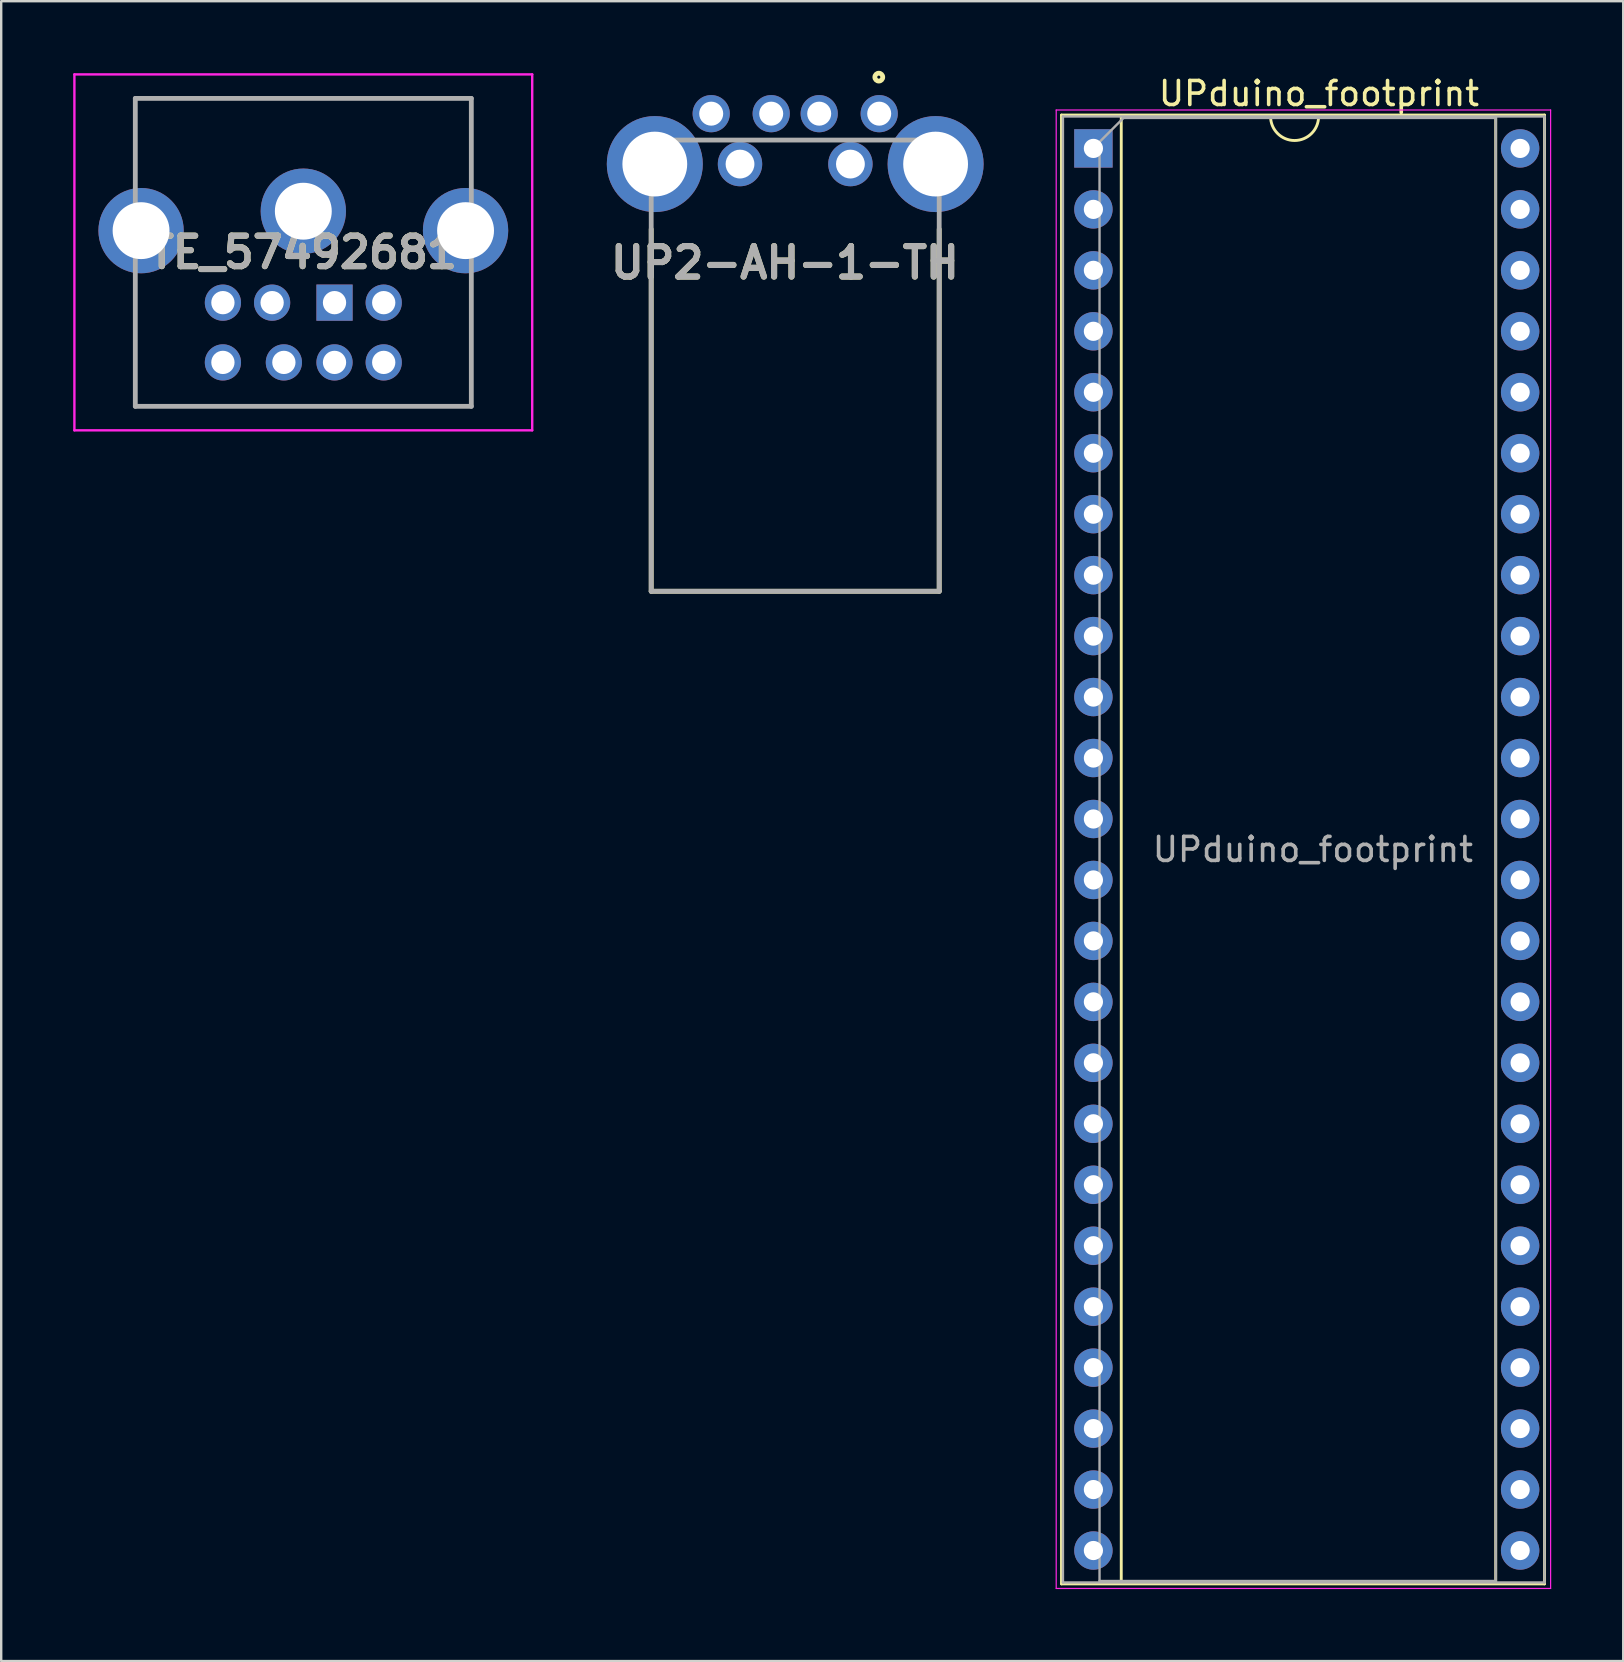
<source format=kicad_pcb>
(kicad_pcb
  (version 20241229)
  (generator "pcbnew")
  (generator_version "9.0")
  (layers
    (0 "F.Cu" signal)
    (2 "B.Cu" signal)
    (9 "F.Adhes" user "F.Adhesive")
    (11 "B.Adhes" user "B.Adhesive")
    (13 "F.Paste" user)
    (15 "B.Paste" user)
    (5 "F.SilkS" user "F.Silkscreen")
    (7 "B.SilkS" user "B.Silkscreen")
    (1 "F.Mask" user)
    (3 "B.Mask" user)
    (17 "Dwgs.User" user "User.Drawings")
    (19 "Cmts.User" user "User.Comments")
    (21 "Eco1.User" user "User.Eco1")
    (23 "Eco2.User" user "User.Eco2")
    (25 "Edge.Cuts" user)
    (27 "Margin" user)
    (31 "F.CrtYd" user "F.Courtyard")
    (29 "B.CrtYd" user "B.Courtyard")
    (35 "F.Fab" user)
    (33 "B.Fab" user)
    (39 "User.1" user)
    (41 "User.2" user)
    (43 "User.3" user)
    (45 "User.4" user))
  (footprint "UP2-AH-1-TH"
    (layer "F.Cu")
    (at 30.083 21.586)
    (property "Reference" "UP2-AH-1-TH" (at -0.427 -13.687 0) (layer "F.SilkS") (effects (font (size 1.27 1.27) (thickness 0.254))))
    (attr through_hole)
    (fp_line (start -6 0) (end -6 -15.086) (stroke (width 0.2) (type solid)) (layer "F.SilkS"))
    (fp_line (start -6 0) (end 6 0) (stroke (width 0.2) (type solid)) (layer "F.SilkS"))
    (fp_line (start 6 0) (end 6 -15.086) (stroke (width 0.2) (type solid)) (layer "F.SilkS"))
    (fp_circle (center 3.483 -21.422) (end 3.483 -21.358) (stroke (width 0.2) (type solid)) (fill no) (layer "F.SilkS"))
    (fp_line (start -6 -18.8) (end 6 -18.8) (stroke (width 0.2) (type solid)) (layer "F.Fab"))
    (fp_line (start -6 0) (end -6 -18.8) (stroke (width 0.2) (type solid)) (layer "F.Fab"))
    (fp_line (start 6 -18.8) (end 6 0) (stroke (width 0.2) (type solid)) (layer "F.Fab"))
    (fp_line (start 6 0) (end -6 0) (stroke (width 0.2) (type solid)) (layer "F.Fab"))
    (fp_text user "${REFERENCE}" (at -0.427 -13.687 0) (layer "F.Fab") (effects (font (size 1.27 1.27) (thickness 0.254))))
    (pad "1" thru_hole circle (at 3.5 -19.9) (size 1.55 1.55) (drill 1) (layers "*.Cu" "*.Mask"))
    (pad "2" thru_hole circle (at 1 -19.9) (size 1.55 1.55) (drill 1) (layers "*.Cu" "*.Mask"))
    (pad "3" thru_hole circle (at -1 -19.9) (size 1.55 1.55) (drill 1) (layers "*.Cu" "*.Mask"))
    (pad "4" thru_hole circle (at -3.5 -19.9) (size 1.55 1.55) (drill 1) (layers "*.Cu" "*.Mask"))
    (pad "5" thru_hole circle (at -2.3 -17.8) (size 1.85 1.85) (drill 1.2) (layers "*.Cu" "*.Mask"))
    (pad "6" thru_hole circle (at 2.3 -17.8) (size 1.85 1.85) (drill 1.2) (layers "*.Cu" "*.Mask"))
    (pad "7" thru_hole circle (at 5.85 -17.8) (size 4 4) (drill 2.7) (layers "*.Cu" "*.Mask"))
    (pad "8" thru_hole circle (at -5.85 -17.8) (size 4 4) (drill 2.7) (layers "*.Cu" "*.Mask")))
  (footprint "UPduino_footprint"
    (layer "F.Cu")
    (at 42.508 3.134)
    (property "Reference" "UPduino_footprint" (at 9.398 -2.286 0) (layer "F.SilkS") (effects (font (size 1 1) (thickness 0.15))))
    (attr through_hole)
    (fp_line (start -1.33 -1.39) (end -1.33 59.81) (stroke (width 0.12) (type solid)) (layer "F.SilkS"))
    (fp_line (start -1.33 59.81) (end 18.796 59.81) (stroke (width 0.12) (type solid)) (layer "F.SilkS"))
    (fp_line (start 1.16 -1.33) (end 1.16 59.75) (stroke (width 0.12) (type solid)) (layer "F.SilkS"))
    (fp_line (start 1.16 59.75) (end 14.08 59.75) (stroke (width 0.12) (type solid)) (layer "F.SilkS"))
    (fp_line (start 7.382 -1.33) (end 1.922 -1.33) (stroke (width 0.12) (type solid)) (layer "F.SilkS"))
    (fp_line (start 14.842 -1.33) (end 9.382 -1.33) (stroke (width 0.12) (type solid)) (layer "F.SilkS"))
    (fp_line (start 16.764 59.75) (end 16.764 -1.33) (stroke (width 0.12) (type solid)) (layer "F.SilkS"))
    (fp_line (start 18.796 -1.39) (end -1.33 -1.39) (stroke (width 0.12) (type solid)) (layer "F.SilkS"))
    (fp_line (start 18.796 59.81) (end 18.796 -1.39) (stroke (width 0.12) (type solid)) (layer "F.SilkS"))
    (fp_arc (start 9.382 -1.33) (mid 8.382 -0.33) (end 7.382 -1.33) (stroke (width 0.12) (type solid)) (layer "F.SilkS"))
    (fp_line (start -1.55 -1.6) (end -1.55 60) (stroke (width 0.05) (type solid)) (layer "F.CrtYd"))
    (fp_line (start -1.55 60) (end 19.05 60) (stroke (width 0.05) (type solid)) (layer "F.CrtYd"))
    (fp_line (start 19.05 -1.6) (end -1.55 -1.6) (stroke (width 0.05) (type solid)) (layer "F.CrtYd"))
    (fp_line (start 19.05 60) (end 19.05 -1.6) (stroke (width 0.05) (type solid)) (layer "F.CrtYd"))
    (fp_line (start -1.27 -1.33) (end -1.27 59.75) (stroke (width 0.1) (type solid)) (layer "F.Fab"))
    (fp_line (start -1.27 59.75) (end 18.796 59.75) (stroke (width 0.1) (type solid)) (layer "F.Fab"))
    (fp_line (start 0.255 -0.27) (end 1.255 -1.27) (stroke (width 0.1) (type solid)) (layer "F.Fab"))
    (fp_line (start 0.255 59.69) (end 0.255 -0.27) (stroke (width 0.1) (type solid)) (layer "F.Fab"))
    (fp_line (start 1.255 -1.27) (end 16.764 -1.27) (stroke (width 0.1) (type solid)) (layer "F.Fab"))
    (fp_line (start 16.764 -1.27) (end 16.764 59.69) (stroke (width 0.1) (type solid)) (layer "F.Fab"))
    (fp_line (start 16.764 59.69) (end 0.255 59.69) (stroke (width 0.1) (type solid)) (layer "F.Fab"))
    (fp_line (start 18.796 -1.33) (end -1.27 -1.33) (stroke (width 0.1) (type solid)) (layer "F.Fab"))
    (fp_line (start 18.796 59.75) (end 18.796 -1.33) (stroke (width 0.1) (type solid)) (layer "F.Fab"))
    (fp_text user "${REFERENCE}" (at 9.144 29.21 0) (layer "F.Fab") (effects (font (size 1 1) (thickness 0.15))))
    (pad "1" thru_hole rect (at 0 0) (size 1.6 1.6) (drill 0.8) (layers "*.Cu" "*.Mask"))
    (pad "2" thru_hole oval (at 0 2.54) (size 1.6 1.6) (drill 0.8) (layers "*.Cu" "*.Mask"))
    (pad "3" thru_hole oval (at 0 5.08) (size 1.6 1.6) (drill 0.8) (layers "*.Cu" "*.Mask"))
    (pad "4" thru_hole oval (at 0 7.62) (size 1.6 1.6) (drill 0.8) (layers "*.Cu" "*.Mask"))
    (pad "5" thru_hole oval (at 0 10.16) (size 1.6 1.6) (drill 0.8) (layers "*.Cu" "*.Mask"))
    (pad "6" thru_hole oval (at 0 12.7) (size 1.6 1.6) (drill 0.8) (layers "*.Cu" "*.Mask"))
    (pad "7" thru_hole oval (at 0 15.24) (size 1.6 1.6) (drill 0.8) (layers "*.Cu" "*.Mask"))
    (pad "8" thru_hole oval (at 0 17.78) (size 1.6 1.6) (drill 0.8) (layers "*.Cu" "*.Mask"))
    (pad "9" thru_hole oval (at 0 20.32) (size 1.6 1.6) (drill 0.8) (layers "*.Cu" "*.Mask"))
    (pad "10" thru_hole oval (at 0 22.86) (size 1.6 1.6) (drill 0.8) (layers "*.Cu" "*.Mask"))
    (pad "11" thru_hole oval (at 0 25.4) (size 1.6 1.6) (drill 0.8) (layers "*.Cu" "*.Mask"))
    (pad "12" thru_hole oval (at 0 27.94) (size 1.6 1.6) (drill 0.8) (layers "*.Cu" "*.Mask"))
    (pad "13" thru_hole oval (at 0 30.48) (size 1.6 1.6) (drill 0.8) (layers "*.Cu" "*.Mask"))
    (pad "14" thru_hole oval (at 0 33.02) (size 1.6 1.6) (drill 0.8) (layers "*.Cu" "*.Mask"))
    (pad "15" thru_hole oval (at 0 35.56) (size 1.6 1.6) (drill 0.8) (layers "*.Cu" "*.Mask"))
    (pad "16" thru_hole oval (at 0 38.1) (size 1.6 1.6) (drill 0.8) (layers "*.Cu" "*.Mask"))
    (pad "17" thru_hole oval (at 0 40.64) (size 1.6 1.6) (drill 0.8) (layers "*.Cu" "*.Mask"))
    (pad "18" thru_hole oval (at 0 43.18) (size 1.6 1.6) (drill 0.8) (layers "*.Cu" "*.Mask"))
    (pad "19" thru_hole oval (at 0 45.72) (size 1.6 1.6) (drill 0.8) (layers "*.Cu" "*.Mask"))
    (pad "20" thru_hole oval (at 0 48.26) (size 1.6 1.6) (drill 0.8) (layers "*.Cu" "*.Mask"))
    (pad "21" thru_hole oval (at 0 50.8) (size 1.6 1.6) (drill 0.8) (layers "*.Cu" "*.Mask"))
    (pad "22" thru_hole oval (at 0 53.34) (size 1.6 1.6) (drill 0.8) (layers "*.Cu" "*.Mask"))
    (pad "23" thru_hole oval (at 0 55.88) (size 1.6 1.6) (drill 0.8) (layers "*.Cu" "*.Mask"))
    (pad "24" thru_hole oval (at 0 58.42) (size 1.6 1.6) (drill 0.8) (layers "*.Cu" "*.Mask"))
    (pad "25" thru_hole oval (at 17.78 58.42) (size 1.6 1.6) (drill 0.8) (layers "*.Cu" "*.Mask"))
    (pad "26" thru_hole oval (at 17.78 55.88) (size 1.6 1.6) (drill 0.8) (layers "*.Cu" "*.Mask"))
    (pad "27" thru_hole oval (at 17.78 53.34) (size 1.6 1.6) (drill 0.8) (layers "*.Cu" "*.Mask"))
    (pad "28" thru_hole oval (at 17.78 50.8) (size 1.6 1.6) (drill 0.8) (layers "*.Cu" "*.Mask"))
    (pad "29" thru_hole oval (at 17.78 48.26) (size 1.6 1.6) (drill 0.8) (layers "*.Cu" "*.Mask"))
    (pad "30" thru_hole oval (at 17.78 45.72) (size 1.6 1.6) (drill 0.8) (layers "*.Cu" "*.Mask"))
    (pad "31" thru_hole oval (at 17.78 43.18) (size 1.6 1.6) (drill 0.8) (layers "*.Cu" "*.Mask"))
    (pad "32" thru_hole oval (at 17.78 40.64) (size 1.6 1.6) (drill 0.8) (layers "*.Cu" "*.Mask"))
    (pad "33" thru_hole oval (at 17.78 38.1) (size 1.6 1.6) (drill 0.8) (layers "*.Cu" "*.Mask"))
    (pad "34" thru_hole oval (at 17.78 35.56) (size 1.6 1.6) (drill 0.8) (layers "*.Cu" "*.Mask"))
    (pad "35" thru_hole oval (at 17.78 33.02) (size 1.6 1.6) (drill 0.8) (layers "*.Cu" "*.Mask"))
    (pad "36" thru_hole oval (at 17.78 30.48) (size 1.6 1.6) (drill 0.8) (layers "*.Cu" "*.Mask"))
    (pad "37" thru_hole oval (at 17.78 27.94) (size 1.6 1.6) (drill 0.8) (layers "*.Cu" "*.Mask"))
    (pad "38" thru_hole oval (at 17.78 25.4) (size 1.6 1.6) (drill 0.8) (layers "*.Cu" "*.Mask"))
    (pad "39" thru_hole oval (at 17.78 22.86) (size 1.6 1.6) (drill 0.8) (layers "*.Cu" "*.Mask"))
    (pad "40" thru_hole oval (at 17.78 20.32) (size 1.6 1.6) (drill 0.8) (layers "*.Cu" "*.Mask"))
    (pad "41" thru_hole oval (at 17.78 17.78) (size 1.6 1.6) (drill 0.8) (layers "*.Cu" "*.Mask"))
    (pad "42" thru_hole oval (at 17.78 15.24) (size 1.6 1.6) (drill 0.8) (layers "*.Cu" "*.Mask"))
    (pad "43" thru_hole oval (at 17.78 12.7) (size 1.6 1.6) (drill 0.8) (layers "*.Cu" "*.Mask"))
    (pad "44" thru_hole oval (at 17.78 10.16) (size 1.6 1.6) (drill 0.8) (layers "*.Cu" "*.Mask"))
    (pad "45" thru_hole oval (at 17.78 7.62) (size 1.6 1.6) (drill 0.8) (layers "*.Cu" "*.Mask"))
    (pad "46" thru_hole oval (at 17.78 5.08) (size 1.6 1.6) (drill 0.8) (layers "*.Cu" "*.Mask"))
    (pad "47" thru_hole oval (at 17.78 2.54) (size 1.6 1.6) (drill 0.8) (layers "*.Cu" "*.Mask"))
    (pad "48" thru_hole oval (at 17.78 0) (size 1.6 1.6) (drill 0.8) (layers "*.Cu" "*.Mask")))
  (footprint "TE_57492681"
    (layer "F.Cu")
    (at 10.888 9.56)
    (property "Reference" "TE_57492681" (at -1.3 -2.095 0) (layer "F.SilkS") (effects (font (size 1.27 1.27) (thickness 0.254))))
    (attr through_hole)
    (fp_line (start -8.3 -8.51) (end 5.7 -8.51) (stroke (width 0.1) (type solid)) (layer "F.SilkS"))
    (fp_line (start -8.3 -5.51) (end -8.3 -8.51) (stroke (width 0.1) (type solid)) (layer "F.SilkS"))
    (fp_line (start -8.3 -0.51) (end -8.3 4.32) (stroke (width 0.1) (type solid)) (layer "F.SilkS"))
    (fp_line (start -8.3 4.32) (end 5.7 4.32) (stroke (width 0.1) (type solid)) (layer "F.SilkS"))
    (fp_line (start 5.7 -8.51) (end 5.7 -5.51) (stroke (width 0.1) (type solid)) (layer "F.SilkS"))
    (fp_line (start 5.7 4.32) (end 5.7 -0.51) (stroke (width 0.1) (type solid)) (layer "F.SilkS"))
    (fp_line (start -10.838 -9.51) (end 8.237 -9.51) (stroke (width 0.1) (type solid)) (layer "F.CrtYd"))
    (fp_line (start -10.838 5.32) (end -10.838 -9.51) (stroke (width 0.1) (type solid)) (layer "F.CrtYd"))
    (fp_line (start 8.237 -9.51) (end 8.237 5.32) (stroke (width 0.1) (type solid)) (layer "F.CrtYd"))
    (fp_line (start 8.237 5.32) (end -10.838 5.32) (stroke (width 0.1) (type solid)) (layer "F.CrtYd"))
    (fp_line (start -8.3 -8.51) (end 5.7 -8.51) (stroke (width 0.2) (type solid)) (layer "F.Fab"))
    (fp_line (start -8.3 4.32) (end -8.3 -8.51) (stroke (width 0.2) (type solid)) (layer "F.Fab"))
    (fp_line (start 5.7 -8.51) (end 5.7 4.32) (stroke (width 0.2) (type solid)) (layer "F.Fab"))
    (fp_line (start 5.7 4.32) (end -8.3 4.32) (stroke (width 0.2) (type solid)) (layer "F.Fab"))
    (fp_text user "${REFERENCE}" (at -1.3 -2.095 0) (layer "F.Fab") (effects (font (size 1.27 1.27) (thickness 0.254))))
    (pad "1" thru_hole rect (at 0 0) (size 1.509 1.509) (drill 0.97) (layers "*.Cu" "*.Mask"))
    (pad "2" thru_hole circle (at -2.6 0) (size 1.509 1.509) (drill 0.97) (layers "*.Cu" "*.Mask"))
    (pad "3" thru_hole circle (at 2.05 0) (size 1.509 1.509) (drill 0.97) (layers "*.Cu" "*.Mask"))
    (pad "4" thru_hole circle (at 0 2.49) (size 1.509 1.509) (drill 0.97) (layers "*.Cu" "*.Mask"))
    (pad "5" thru_hole circle (at -4.65 0) (size 1.509 1.509) (drill 0.97) (layers "*.Cu" "*.Mask"))
    (pad "6" thru_hole circle (at 2.05 2.49) (size 1.509 1.509) (drill 0.97) (layers "*.Cu" "*.Mask"))
    (pad "7" thru_hole circle (at -2.11 2.49) (size 1.509 1.509) (drill 0.97) (layers "*.Cu" "*.Mask"))
    (pad "8" thru_hole circle (at -4.65 2.49) (size 1.509 1.509) (drill 0.97) (layers "*.Cu" "*.Mask"))
    (pad "MH1" thru_hole circle (at -8.06 -3) (size 3.555 3.555) (drill 2.37) (layers "*.Cu" "*.Mask"))
    (pad "MH2" thru_hole circle (at -1.3 -3.81) (size 3.555 3.555) (drill 2.37) (layers "*.Cu" "*.Mask"))
    (pad "MH3" thru_hole circle (at 5.46 -3) (size 3.555 3.555) (drill 2.37) (layers "*.Cu" "*.Mask")))
  (gr_rect
    (start -3 -3)
    (end 64.583 66.159)
    (stroke (width 0.1) (type default))
    (fill no)
    (layer "Edge.Cuts")))
</source>
